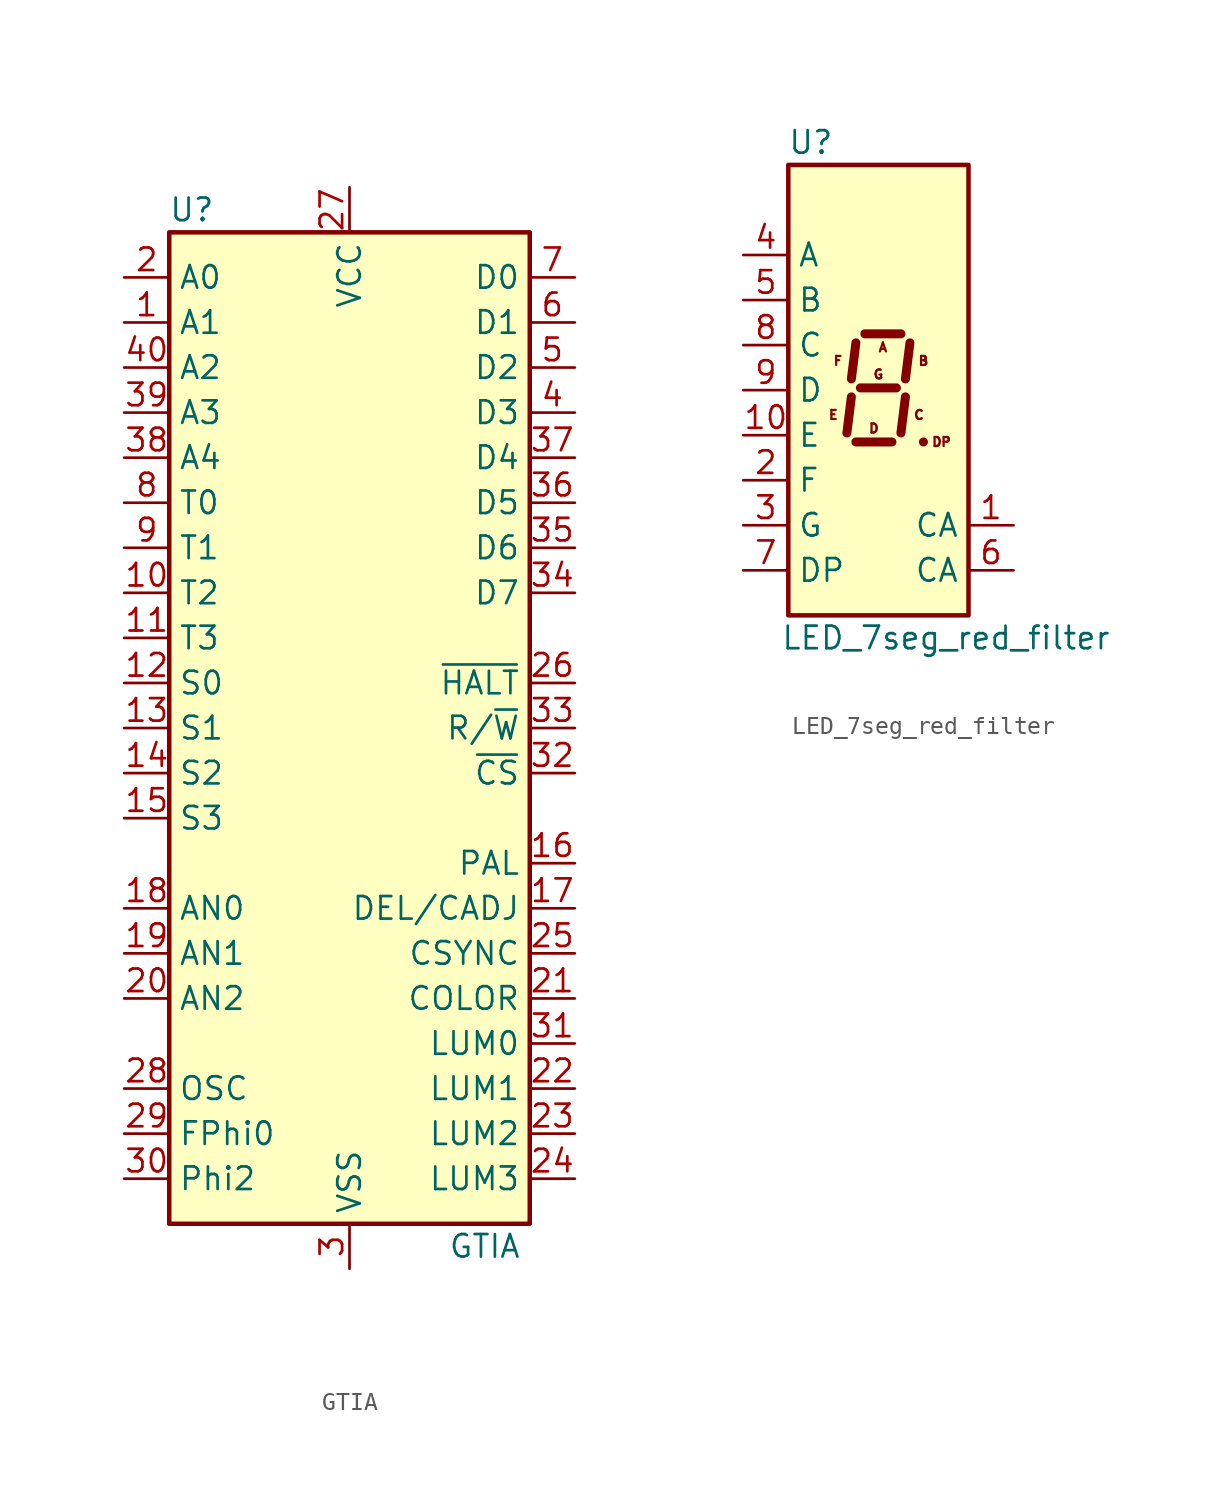
<source format=kicad_sym>
(kicad_symbol_lib
  (version 20231120)
  (generator "kicad_symbol_editor")
  (generator_version "8.0")
  (symbol "GTIA"
    (property "Reference" "U"
      (at -8.89 29.21 0)
      (effects (font (size 1.27 1.27))))
    (property "Value" "GTIA"
      (at 7.62 -29.21 0)
      (effects (font (size 1.27 1.27))))
    (symbol "GTIA_1_1"
      (rectangle (start -10.16 27.94) (end 10.16 -27.94) (stroke (width 0.254) (type default)) (fill (type background)))
      (pin input line (at -12.7 22.86 0) (length 2.54) (name "A1" (effects (font (size 1.27 1.27)))) (number "1" (effects (font (size 1.27 1.27)))))
      (pin input line (at -12.7 7.62 0) (length 2.54) (name "T2" (effects (font (size 1.27 1.27)))) (number "10" (effects (font (size 1.27 1.27)))))
      (pin input line (at -12.7 5.08 0) (length 2.54) (name "T3" (effects (font (size 1.27 1.27)))) (number "11" (effects (font (size 1.27 1.27)))))
      (pin input line (at -12.7 2.54 0) (length 2.54) (name "S0" (effects (font (size 1.27 1.27)))) (number "12" (effects (font (size 1.27 1.27)))))
      (pin input line (at -12.7 0 0) (length 2.54) (name "S1" (effects (font (size 1.27 1.27)))) (number "13" (effects (font (size 1.27 1.27)))))
      (pin input line (at -12.7 -2.54 0) (length 2.54) (name "S2" (effects (font (size 1.27 1.27)))) (number "14" (effects (font (size 1.27 1.27)))))
      (pin input line (at -12.7 -5.08 0) (length 2.54) (name "S3" (effects (font (size 1.27 1.27)))) (number "15" (effects (font (size 1.27 1.27)))))
      (pin input line (at 12.7 -7.62 180) (length 2.54) (name "PAL" (effects (font (size 1.27 1.27)))) (number "16" (effects (font (size 1.27 1.27)))))
      (pin input line (at 12.7 -10.16 180) (length 2.54) (name "DEL/CADJ" (effects (font (size 1.27 1.27)))) (number "17" (effects (font (size 1.27 1.27)))))
      (pin input line (at -12.7 -10.16 0) (length 2.54) (name "AN0" (effects (font (size 1.27 1.27)))) (number "18" (effects (font (size 1.27 1.27)))))
      (pin input line (at -12.7 -12.7 0) (length 2.54) (name "AN1" (effects (font (size 1.27 1.27)))) (number "19" (effects (font (size 1.27 1.27)))))
      (pin input line (at -12.7 25.4 0) (length 2.54) (name "A0" (effects (font (size 1.27 1.27)))) (number "2" (effects (font (size 1.27 1.27)))))
      (pin input line (at -12.7 -15.24 0) (length 2.54) (name "AN2" (effects (font (size 1.27 1.27)))) (number "20" (effects (font (size 1.27 1.27)))))
      (pin output line (at 12.7 -15.24 180) (length 2.54) (name "COLOR" (effects (font (size 1.27 1.27)))) (number "21" (effects (font (size 1.27 1.27)))))
      (pin output line (at 12.7 -20.32 180) (length 2.54) (name "LUM1" (effects (font (size 1.27 1.27)))) (number "22" (effects (font (size 1.27 1.27)))))
      (pin output line (at 12.7 -22.86 180) (length 2.54) (name "LUM2" (effects (font (size 1.27 1.27)))) (number "23" (effects (font (size 1.27 1.27)))))
      (pin output line (at 12.7 -25.4 180) (length 2.54) (name "LUM3" (effects (font (size 1.27 1.27)))) (number "24" (effects (font (size 1.27 1.27)))))
      (pin output line (at 12.7 -12.7 180) (length 2.54) (name "CSYNC" (effects (font (size 1.27 1.27)))) (number "25" (effects (font (size 1.27 1.27)))))
      (pin input line (at 12.7 2.54 180) (length 2.54) (name "~{HALT}" (effects (font (size 1.27 1.27)))) (number "26" (effects (font (size 1.27 1.27)))))
      (pin power_in line (at 0 30.48 270) (length 2.54) (name "VCC" (effects (font (size 1.27 1.27)))) (number "27" (effects (font (size 1.27 1.27)))))
      (pin input line (at -12.7 -20.32 0) (length 2.54) (name "OSC" (effects (font (size 1.27 1.27)))) (number "28" (effects (font (size 1.27 1.27)))))
      (pin input line (at -12.7 -22.86 0) (length 2.54) (name "FPhi0" (effects (font (size 1.27 1.27)))) (number "29" (effects (font (size 1.27 1.27)))))
      (pin power_in line (at 0 -30.48 90) (length 2.54) (name "VSS" (effects (font (size 1.27 1.27)))) (number "3" (effects (font (size 1.27 1.27)))))
      (pin input line (at -12.7 -25.4 0) (length 2.54) (name "Phi2" (effects (font (size 1.27 1.27)))) (number "30" (effects (font (size 1.27 1.27)))))
      (pin output line (at 12.7 -17.78 180) (length 2.54) (name "LUM0" (effects (font (size 1.27 1.27)))) (number "31" (effects (font (size 1.27 1.27)))))
      (pin input line (at 12.7 -2.54 180) (length 2.54) (name "~{CS}" (effects (font (size 1.27 1.27)))) (number "32" (effects (font (size 1.27 1.27)))))
      (pin input line (at 12.7 0 180) (length 2.54) (name "R/~{W}" (effects (font (size 1.27 1.27)))) (number "33" (effects (font (size 1.27 1.27)))))
      (pin bidirectional line (at 12.7 7.62 180) (length 2.54) (name "D7" (effects (font (size 1.27 1.27)))) (number "34" (effects (font (size 1.27 1.27)))))
      (pin bidirectional line (at 12.7 10.16 180) (length 2.54) (name "D6" (effects (font (size 1.27 1.27)))) (number "35" (effects (font (size 1.27 1.27)))))
      (pin bidirectional line (at 12.7 12.7 180) (length 2.54) (name "D5" (effects (font (size 1.27 1.27)))) (number "36" (effects (font (size 1.27 1.27)))))
      (pin bidirectional line (at 12.7 15.24 180) (length 2.54) (name "D4" (effects (font (size 1.27 1.27)))) (number "37" (effects (font (size 1.27 1.27)))))
      (pin input line (at -12.7 15.24 0) (length 2.54) (name "A4" (effects (font (size 1.27 1.27)))) (number "38" (effects (font (size 1.27 1.27)))))
      (pin input line (at -12.7 17.78 0) (length 2.54) (name "A3" (effects (font (size 1.27 1.27)))) (number "39" (effects (font (size 1.27 1.27)))))
      (pin bidirectional line (at 12.7 17.78 180) (length 2.54) (name "D3" (effects (font (size 1.27 1.27)))) (number "4" (effects (font (size 1.27 1.27)))))
      (pin input line (at -12.7 20.32 0) (length 2.54) (name "A2" (effects (font (size 1.27 1.27)))) (number "40" (effects (font (size 1.27 1.27)))))
      (pin bidirectional line (at 12.7 20.32 180) (length 2.54) (name "D2" (effects (font (size 1.27 1.27)))) (number "5" (effects (font (size 1.27 1.27)))))
      (pin bidirectional line (at 12.7 22.86 180) (length 2.54) (name "D1" (effects (font (size 1.27 1.27)))) (number "6" (effects (font (size 1.27 1.27)))))
      (pin bidirectional line (at 12.7 25.4 180) (length 2.54) (name "D0" (effects (font (size 1.27 1.27)))) (number "7" (effects (font (size 1.27 1.27)))))
      (pin input line (at -12.7 12.7 0) (length 2.54) (name "T0" (effects (font (size 1.27 1.27)))) (number "8" (effects (font (size 1.27 1.27)))))
      (pin input line (at -12.7 10.16 0) (length 2.54) (name "T1" (effects (font (size 1.27 1.27)))) (number "9" (effects (font (size 1.27 1.27)))))))
  (symbol "LED_7seg_red_filter"
    (property "Reference" "U"
      (at -3.81 13.97 0)
      (effects (font (size 1.27 1.27))))
    (property "Value" "LED_7seg_red_filter"
      (at 3.81 -13.97 0)
      (effects (font (size 1.27 1.27))))
    (symbol "LED_7seg_red_filter_1_0"
      (text "A" (at 0.254 2.413 0) (effects (font (size 0.508 0.508))))
      (text "B" (at 2.54 1.651 0) (effects (font (size 0.508 0.508))))
      (text "C" (at 2.286 -1.397 0) (effects (font (size 0.508 0.508))))
      (text "D" (at -0.254 -2.159 0) (effects (font (size 0.508 0.508))))
      (text "DP" (at 3.556 -2.921 0) (effects (font (size 0.508 0.508))))
      (text "E" (at -2.54 -1.397 0) (effects (font (size 0.508 0.508))))
      (text "F" (at -2.286 1.651 0) (effects (font (size 0.508 0.508))))
      (text "G" (at 0 0.889 0) (effects (font (size 0.508 0.508)))))
    (symbol "LED_7seg_red_filter_1_1"
      (rectangle (start -5.08 12.7) (end 5.08 -12.7) (stroke (width 0.254) (type default)) (fill (type background)))
      (polyline (pts (xy -1.524 -0.381) (xy -1.778 -2.413)) (stroke (width 0.508) (type default)) (fill (type none)))
      (polyline (pts (xy -1.27 -2.921) (xy 0.762 -2.921)) (stroke (width 0.508) (type default)) (fill (type none)))
      (polyline (pts (xy -1.27 2.667) (xy -1.524 0.635)) (stroke (width 0.508) (type default)) (fill (type none)))
      (polyline (pts (xy -1.016 0.127) (xy 1.016 0.127)) (stroke (width 0.508) (type default)) (fill (type none)))
      (polyline (pts (xy -0.762 3.175) (xy 1.27 3.175)) (stroke (width 0.508) (type default)) (fill (type none)))
      (polyline (pts (xy 1.524 -0.381) (xy 1.27 -2.413)) (stroke (width 0.508) (type default)) (fill (type none)))
      (polyline (pts (xy 1.778 2.667) (xy 1.524 0.635)) (stroke (width 0.508) (type default)) (fill (type none)))
      (polyline (pts (xy 2.54 -2.921) (xy 2.54 -2.921)) (stroke (width 0.508) (type default)) (fill (type none)))
      (pin input line (at 7.62 -7.62 180) (length 2.54) (name "CA" (effects (font (size 1.27 1.27)))) (number "1" (effects (font (size 1.27 1.27)))))
      (pin input line (at -7.62 -2.54 0) (length 2.54) (name "E" (effects (font (size 1.27 1.27)))) (number "10" (effects (font (size 1.27 1.27)))))
      (pin input line (at -7.62 -5.08 0) (length 2.54) (name "F" (effects (font (size 1.27 1.27)))) (number "2" (effects (font (size 1.27 1.27)))))
      (pin input line (at -7.62 -7.62 0) (length 2.54) (name "G" (effects (font (size 1.27 1.27)))) (number "3" (effects (font (size 1.27 1.27)))))
      (pin input line (at -7.62 7.62 0) (length 2.54) (name "A" (effects (font (size 1.27 1.27)))) (number "4" (effects (font (size 1.27 1.27)))))
      (pin input line (at -7.62 5.08 0) (length 2.54) (name "B" (effects (font (size 1.27 1.27)))) (number "5" (effects (font (size 1.27 1.27)))))
      (pin input line (at 7.62 -10.16 180) (length 2.54) (name "CA" (effects (font (size 1.27 1.27)))) (number "6" (effects (font (size 1.27 1.27)))))
      (pin input line (at -7.62 -10.16 0) (length 2.54) (name "DP" (effects (font (size 1.27 1.27)))) (number "7" (effects (font (size 1.27 1.27)))))
      (pin input line (at -7.62 2.54 0) (length 2.54) (name "C" (effects (font (size 1.27 1.27)))) (number "8" (effects (font (size 1.27 1.27)))))
      (pin input line (at -7.62 0 0) (length 2.54) (name "D" (effects (font (size 1.27 1.27)))) (number "9" (effects (font (size 1.27 1.27))))))))
</source>
